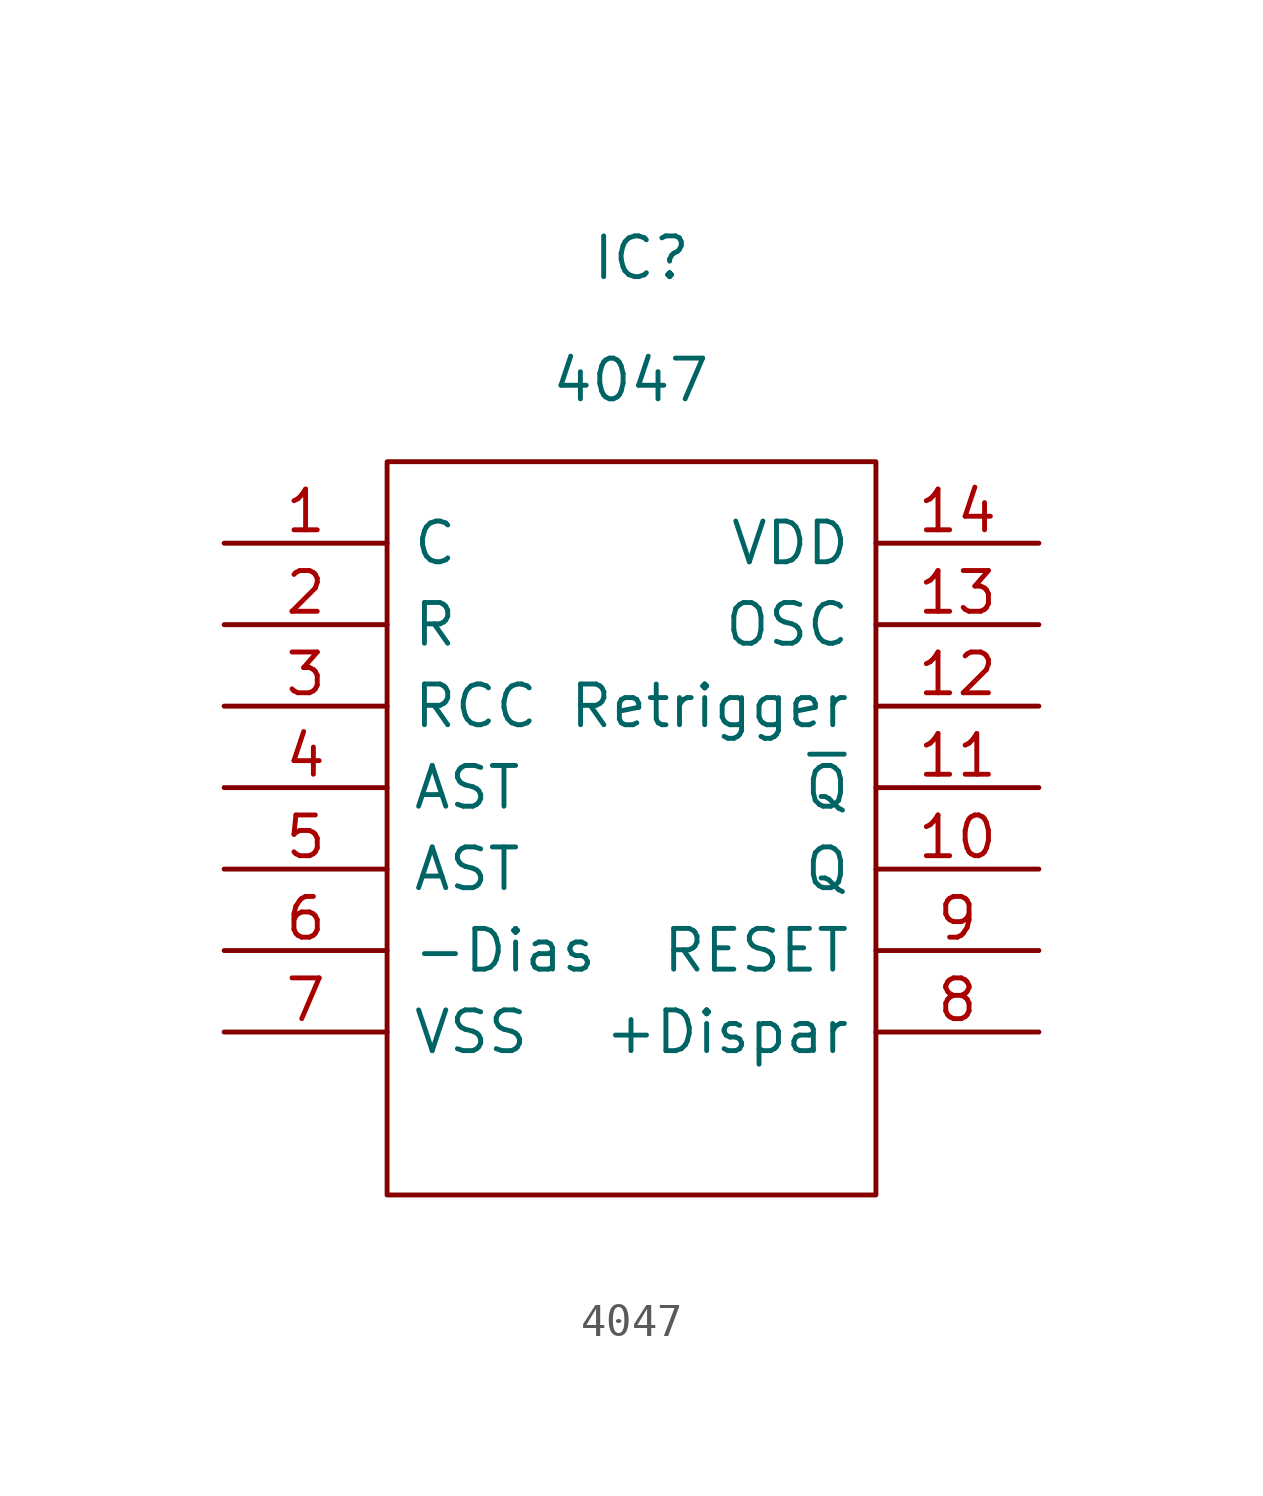
<source format=kicad_sym>
(kicad_symbol_lib
  (version 20211014)
  (generator kicad_symbol_editor)
  (symbol "4047"
    (pin_names
      (offset 0.762))
    (property "Reference" "IC"
      (at -1.27 17.78 0)
      (effects (font (size 1.27 1.27)) (justify left)))
    (property "Value" "4047"
      (at -2.54 13.97 0)
      (effects (font (size 1.27 1.27)) (justify left)))
    (symbol "4047_0_0"
      (pin passive line (at -12.7 8.89 0) (length 5.08) (name "C" (effects (font (size 1.27 1.27)))) (number "1" (effects (font (size 1.27 1.27)))))
      (pin passive line (at 12.7 -1.27 180) (length 5.08) (name "Q" (effects (font (size 1.27 1.27)))) (number "10" (effects (font (size 1.27 1.27)))))
      (pin passive line (at 12.7 1.27 180) (length 5.08) (name "~{Q}" (effects (font (size 1.27 1.27)))) (number "11" (effects (font (size 1.27 1.27)))))
      (pin passive line (at 12.7 3.81 180) (length 5.08) (name "Retrigger" (effects (font (size 1.27 1.27)))) (number "12" (effects (font (size 1.27 1.27)))))
      (pin passive line (at 12.7 6.35 180) (length 5.08) (name "OSC" (effects (font (size 1.27 1.27)))) (number "13" (effects (font (size 1.27 1.27)))))
      (pin passive line (at 12.7 8.89 180) (length 5.08) (name "VDD" (effects (font (size 1.27 1.27)))) (number "14" (effects (font (size 1.27 1.27)))))
      (pin passive line (at -12.7 6.35 0) (length 5.08) (name "R" (effects (font (size 1.27 1.27)))) (number "2" (effects (font (size 1.27 1.27)))))
      (pin passive line (at -12.7 3.81 0) (length 5.08) (name "RCC" (effects (font (size 1.27 1.27)))) (number "3" (effects (font (size 1.27 1.27)))))
      (pin passive line (at -12.7 1.27 0) (length 5.08) (name "AST" (effects (font (size 1.27 1.27)))) (number "4" (effects (font (size 1.27 1.27)))))
      (pin passive line (at -12.7 -1.27 0) (length 5.08) (name "AST" (effects (font (size 1.27 1.27)))) (number "5" (effects (font (size 1.27 1.27)))))
      (pin passive line (at -12.7 -3.81 0) (length 5.08) (name "-Dias" (effects (font (size 1.27 1.27)))) (number "6" (effects (font (size 1.27 1.27)))))
      (pin passive line (at -12.7 -6.35 0) (length 5.08) (name "VSS" (effects (font (size 1.27 1.27)))) (number "7" (effects (font (size 1.27 1.27)))))
      (pin passive line (at 12.7 -6.35 180) (length 5.08) (name "+Dispar" (effects (font (size 1.27 1.27)))) (number "8" (effects (font (size 1.27 1.27)))))
      (pin passive line (at 12.7 -3.81 180) (length 5.08) (name "RESET" (effects (font (size 1.27 1.27)))) (number "9" (effects (font (size 1.27 1.27))))))
    (symbol "4047_0_1"
      (polyline (pts (xy -7.62 11.43) (xy 7.62 11.43) (xy 7.62 -11.43) (xy -7.62 -11.43) (xy -7.62 11.43)) (stroke (width 0.152) (type default) (color 0 0 0 0)) (fill (type none))))))
</source>
